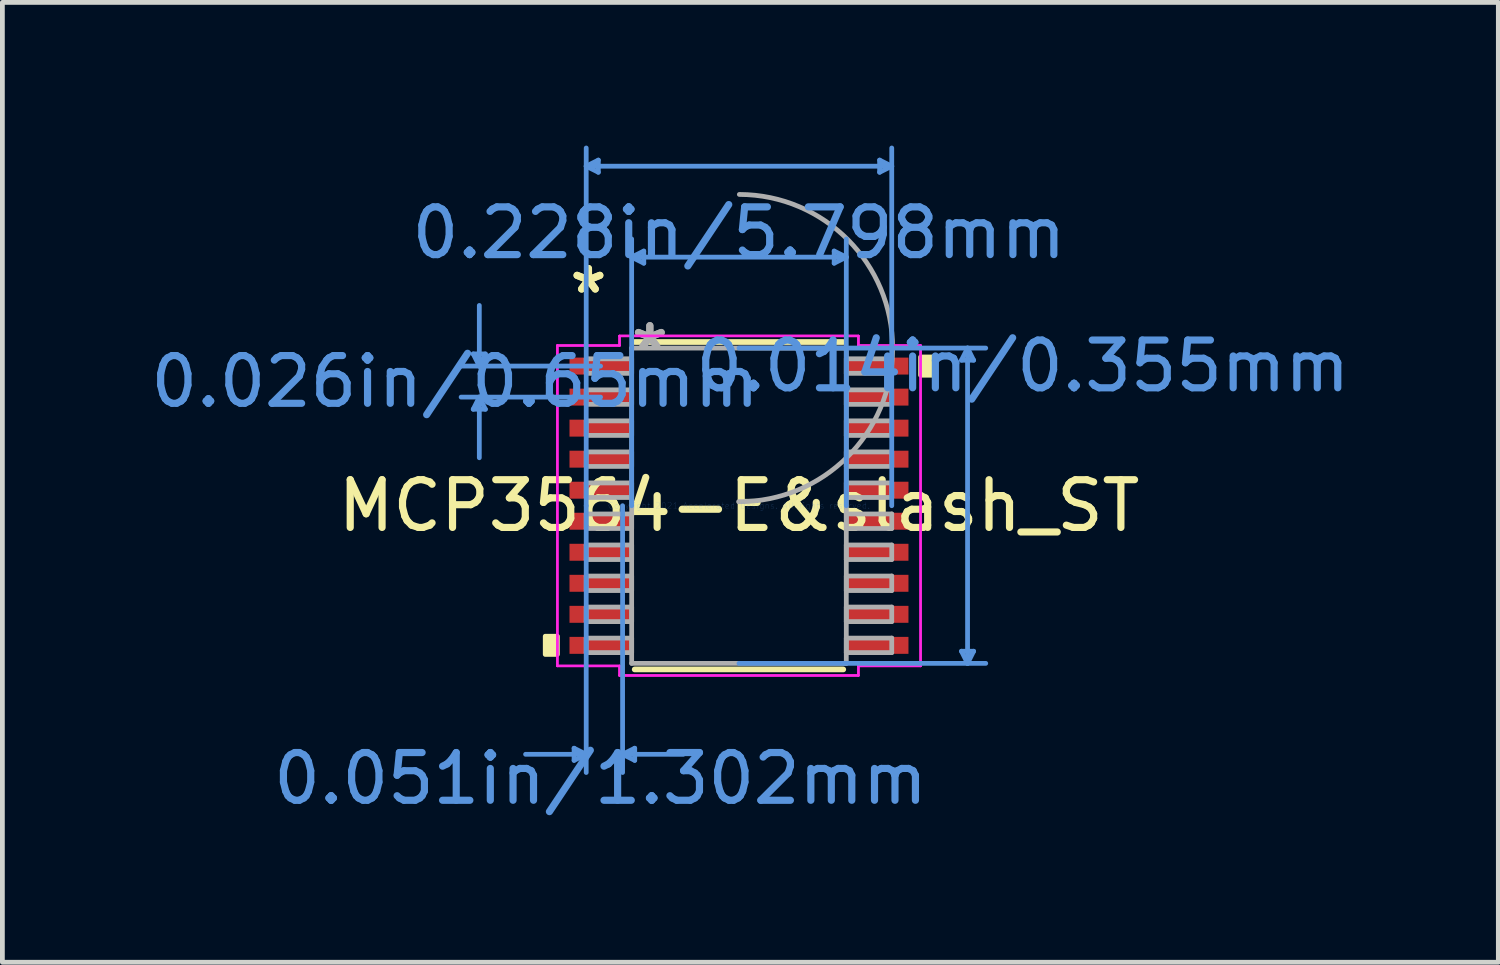
<source format=kicad_pcb>
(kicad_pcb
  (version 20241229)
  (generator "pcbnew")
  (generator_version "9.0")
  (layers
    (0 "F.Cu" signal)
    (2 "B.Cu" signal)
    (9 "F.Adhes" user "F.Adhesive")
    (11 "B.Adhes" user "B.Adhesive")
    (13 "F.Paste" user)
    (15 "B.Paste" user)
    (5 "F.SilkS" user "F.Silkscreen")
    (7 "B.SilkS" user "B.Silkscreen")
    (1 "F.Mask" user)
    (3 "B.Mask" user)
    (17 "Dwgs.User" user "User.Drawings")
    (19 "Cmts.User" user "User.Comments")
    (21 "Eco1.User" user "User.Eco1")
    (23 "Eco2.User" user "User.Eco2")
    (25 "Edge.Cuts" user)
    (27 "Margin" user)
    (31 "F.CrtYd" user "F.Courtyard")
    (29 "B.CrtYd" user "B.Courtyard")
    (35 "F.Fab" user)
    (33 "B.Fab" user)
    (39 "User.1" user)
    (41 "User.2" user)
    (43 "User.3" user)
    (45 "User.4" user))
  (footprint "MCP3564-E&slash_ST"
    (layer "F.Cu")
    (at 12.429 7.543)
    (property "Reference" "MCP3564-E&slash_ST" (at 0 0 0) (layer "F.SilkS") (effects (font (size 1 1) (thickness 0.15))))
    (attr through_hole)
    (fp_line (start -2.184 3.429) (end 2.184 3.429) (stroke (width 0.12) (type solid)) (layer "F.SilkS"))
    (fp_line (start 2.184 -3.429) (end -2.184 -3.429) (stroke (width 0.12) (type solid)) (layer "F.SilkS"))
    (fp_poly (pts (xy -4.058 2.734) (xy -4.058 3.115) (xy -3.804 3.115) (xy -3.804 2.734)) (stroke (width 0.1) (type solid)) (fill yes) (layer "F.SilkS"))
    (fp_poly (pts (xy 4.058 -3.115) (xy 4.058 -2.734) (xy 3.804 -2.734) (xy 3.804 -3.115)) (stroke (width 0.1) (type solid)) (fill yes) (layer "F.SilkS"))
    (fp_line (start -5.566 -3.179) (end -5.312 -3.179) (stroke (width 0.1) (type solid)) (layer "Cmts.User"))
    (fp_line (start -5.566 -2.021) (end -5.312 -2.021) (stroke (width 0.1) (type solid)) (layer "Cmts.User"))
    (fp_line (start -5.439 -2.925) (end -5.566 -3.179) (stroke (width 0.1) (type solid)) (layer "Cmts.User"))
    (fp_line (start -5.439 -2.925) (end -5.439 -4.195) (stroke (width 0.1) (type solid)) (layer "Cmts.User"))
    (fp_line (start -5.439 -2.925) (end -5.312 -3.179) (stroke (width 0.1) (type solid)) (layer "Cmts.User"))
    (fp_line (start -5.439 -2.275) (end -5.566 -2.021) (stroke (width 0.1) (type solid)) (layer "Cmts.User"))
    (fp_line (start -5.439 -2.275) (end -5.439 -1.005) (stroke (width 0.1) (type solid)) (layer "Cmts.User"))
    (fp_line (start -5.439 -2.275) (end -5.312 -2.021) (stroke (width 0.1) (type solid)) (layer "Cmts.User"))
    (fp_line (start -3.454 5.08) (end -3.454 5.334) (stroke (width 0.1) (type solid)) (layer "Cmts.User"))
    (fp_line (start -3.2 -7.112) (end -2.946 -7.239) (stroke (width 0.1) (type solid)) (layer "Cmts.User"))
    (fp_line (start -3.2 -7.112) (end -2.946 -6.985) (stroke (width 0.1) (type solid)) (layer "Cmts.User"))
    (fp_line (start -3.2 -7.112) (end 3.2 -7.112) (stroke (width 0.1) (type solid)) (layer "Cmts.User"))
    (fp_line (start -3.2 0) (end -3.2 -7.493) (stroke (width 0.1) (type solid)) (layer "Cmts.User"))
    (fp_line (start -3.2 0) (end -3.2 5.588) (stroke (width 0.1) (type solid)) (layer "Cmts.User"))
    (fp_line (start -3.2 5.207) (end -4.47 5.207) (stroke (width 0.1) (type solid)) (layer "Cmts.User"))
    (fp_line (start -3.2 5.207) (end -3.454 5.08) (stroke (width 0.1) (type solid)) (layer "Cmts.User"))
    (fp_line (start -3.2 5.207) (end -3.454 5.334) (stroke (width 0.1) (type solid)) (layer "Cmts.User"))
    (fp_line (start -2.946 -7.239) (end -2.946 -6.985) (stroke (width 0.1) (type solid)) (layer "Cmts.User"))
    (fp_line (start -2.899 -2.925) (end -5.82 -2.925) (stroke (width 0.1) (type solid)) (layer "Cmts.User"))
    (fp_line (start -2.899 -2.275) (end -5.82 -2.275) (stroke (width 0.1) (type solid)) (layer "Cmts.User"))
    (fp_line (start -2.438 0) (end -2.438 5.588) (stroke (width 0.1) (type solid)) (layer "Cmts.User"))
    (fp_line (start -2.438 5.207) (end -2.184 5.08) (stroke (width 0.1) (type solid)) (layer "Cmts.User"))
    (fp_line (start -2.438 5.207) (end -2.184 5.334) (stroke (width 0.1) (type solid)) (layer "Cmts.User"))
    (fp_line (start -2.438 5.207) (end -1.168 5.207) (stroke (width 0.1) (type solid)) (layer "Cmts.User"))
    (fp_line (start -2.248 -5.207) (end -1.994 -5.334) (stroke (width 0.1) (type solid)) (layer "Cmts.User"))
    (fp_line (start -2.248 -5.207) (end -1.994 -5.08) (stroke (width 0.1) (type solid)) (layer "Cmts.User"))
    (fp_line (start -2.248 -5.207) (end 2.248 -5.207) (stroke (width 0.1) (type solid)) (layer "Cmts.User"))
    (fp_line (start -2.248 0) (end -2.248 -5.588) (stroke (width 0.1) (type solid)) (layer "Cmts.User"))
    (fp_line (start -2.184 5.08) (end -2.184 5.334) (stroke (width 0.1) (type solid)) (layer "Cmts.User"))
    (fp_line (start -1.994 -5.334) (end -1.994 -5.08) (stroke (width 0.1) (type solid)) (layer "Cmts.User"))
    (fp_line (start 0 -3.302) (end 5.169 -3.302) (stroke (width 0.1) (type solid)) (layer "Cmts.User"))
    (fp_line (start 0 3.302) (end 5.169 3.302) (stroke (width 0.1) (type solid)) (layer "Cmts.User"))
    (fp_line (start 1.994 -5.334) (end 1.994 -5.08) (stroke (width 0.1) (type solid)) (layer "Cmts.User"))
    (fp_line (start 2.248 -5.207) (end 1.994 -5.334) (stroke (width 0.1) (type solid)) (layer "Cmts.User"))
    (fp_line (start 2.248 -5.207) (end 1.994 -5.08) (stroke (width 0.1) (type solid)) (layer "Cmts.User"))
    (fp_line (start 2.248 0) (end 2.248 -5.588) (stroke (width 0.1) (type solid)) (layer "Cmts.User"))
    (fp_line (start 2.946 -7.239) (end 2.946 -6.985) (stroke (width 0.1) (type solid)) (layer "Cmts.User"))
    (fp_line (start 3.2 -7.112) (end 2.946 -7.239) (stroke (width 0.1) (type solid)) (layer "Cmts.User"))
    (fp_line (start 3.2 -7.112) (end 2.946 -6.985) (stroke (width 0.1) (type solid)) (layer "Cmts.User"))
    (fp_line (start 3.2 0) (end 3.2 -7.493) (stroke (width 0.1) (type solid)) (layer "Cmts.User"))
    (fp_line (start 4.661 -3.048) (end 4.915 -3.048) (stroke (width 0.1) (type solid)) (layer "Cmts.User"))
    (fp_line (start 4.661 3.048) (end 4.915 3.048) (stroke (width 0.1) (type solid)) (layer "Cmts.User"))
    (fp_line (start 4.788 -3.302) (end 4.661 -3.048) (stroke (width 0.1) (type solid)) (layer "Cmts.User"))
    (fp_line (start 4.788 -3.302) (end 4.788 3.302) (stroke (width 0.1) (type solid)) (layer "Cmts.User"))
    (fp_line (start 4.788 -3.302) (end 4.915 -3.048) (stroke (width 0.1) (type solid)) (layer "Cmts.User"))
    (fp_line (start 4.788 3.302) (end 4.661 3.048) (stroke (width 0.1) (type solid)) (layer "Cmts.User"))
    (fp_line (start 4.788 3.302) (end 4.915 3.048) (stroke (width 0.1) (type solid)) (layer "Cmts.User"))
    (fp_line (start -3.804 -3.356) (end -2.502 -3.356) (stroke (width 0.05) (type solid)) (layer "F.CrtYd"))
    (fp_line (start -3.804 -3.356) (end -2.502 -3.356) (stroke (width 0.05) (type solid)) (layer "F.CrtYd"))
    (fp_line (start -3.804 3.356) (end -3.804 -3.356) (stroke (width 0.05) (type solid)) (layer "F.CrtYd"))
    (fp_line (start -3.804 3.356) (end -3.804 -3.356) (stroke (width 0.05) (type solid)) (layer "F.CrtYd"))
    (fp_line (start -3.804 3.356) (end -2.502 3.356) (stroke (width 0.05) (type solid)) (layer "F.CrtYd"))
    (fp_line (start -2.502 -3.556) (end 2.502 -3.556) (stroke (width 0.05) (type solid)) (layer "F.CrtYd"))
    (fp_line (start -2.502 -3.556) (end 2.502 -3.556) (stroke (width 0.05) (type solid)) (layer "F.CrtYd"))
    (fp_line (start -2.502 -3.356) (end -2.502 -3.556) (stroke (width 0.05) (type solid)) (layer "F.CrtYd"))
    (fp_line (start -2.502 -3.356) (end -2.502 -3.556) (stroke (width 0.05) (type solid)) (layer "F.CrtYd"))
    (fp_line (start -2.502 3.356) (end -3.804 3.356) (stroke (width 0.05) (type solid)) (layer "F.CrtYd"))
    (fp_line (start -2.502 3.556) (end -2.502 3.356) (stroke (width 0.05) (type solid)) (layer "F.CrtYd"))
    (fp_line (start -2.502 3.556) (end -2.502 3.356) (stroke (width 0.05) (type solid)) (layer "F.CrtYd"))
    (fp_line (start 2.502 -3.556) (end 2.502 -3.356) (stroke (width 0.05) (type solid)) (layer "F.CrtYd"))
    (fp_line (start 2.502 -3.556) (end 2.502 -3.356) (stroke (width 0.05) (type solid)) (layer "F.CrtYd"))
    (fp_line (start 2.502 -3.356) (end 3.804 -3.356) (stroke (width 0.05) (type solid)) (layer "F.CrtYd"))
    (fp_line (start 2.502 3.356) (end 2.502 3.556) (stroke (width 0.05) (type solid)) (layer "F.CrtYd"))
    (fp_line (start 2.502 3.356) (end 2.502 3.556) (stroke (width 0.05) (type solid)) (layer "F.CrtYd"))
    (fp_line (start 2.502 3.556) (end -2.502 3.556) (stroke (width 0.05) (type solid)) (layer "F.CrtYd"))
    (fp_line (start 2.502 3.556) (end -2.502 3.556) (stroke (width 0.05) (type solid)) (layer "F.CrtYd"))
    (fp_line (start 3.804 -3.356) (end 2.502 -3.356) (stroke (width 0.05) (type solid)) (layer "F.CrtYd"))
    (fp_line (start 3.804 -3.356) (end 3.804 3.356) (stroke (width 0.05) (type solid)) (layer "F.CrtYd"))
    (fp_line (start 3.804 -3.356) (end 3.804 3.356) (stroke (width 0.05) (type solid)) (layer "F.CrtYd"))
    (fp_line (start 3.804 3.356) (end 2.502 3.356) (stroke (width 0.05) (type solid)) (layer "F.CrtYd"))
    (fp_line (start 3.804 3.356) (end 2.502 3.356) (stroke (width 0.05) (type solid)) (layer "F.CrtYd"))
    (fp_line (start -3.2 -3.077) (end -3.2 -2.773) (stroke (width 0.1) (type solid)) (layer "F.Fab"))
    (fp_line (start -3.2 -2.773) (end -2.248 -2.773) (stroke (width 0.1) (type solid)) (layer "F.Fab"))
    (fp_line (start -3.2 -2.427) (end -3.2 -2.123) (stroke (width 0.1) (type solid)) (layer "F.Fab"))
    (fp_line (start -3.2 -2.123) (end -2.248 -2.123) (stroke (width 0.1) (type solid)) (layer "F.Fab"))
    (fp_line (start -3.2 -1.777) (end -3.2 -1.473) (stroke (width 0.1) (type solid)) (layer "F.Fab"))
    (fp_line (start -3.2 -1.473) (end -2.248 -1.473) (stroke (width 0.1) (type solid)) (layer "F.Fab"))
    (fp_line (start -3.2 -1.127) (end -3.2 -0.823) (stroke (width 0.1) (type solid)) (layer "F.Fab"))
    (fp_line (start -3.2 -0.823) (end -2.248 -0.823) (stroke (width 0.1) (type solid)) (layer "F.Fab"))
    (fp_line (start -3.2 -0.477) (end -3.2 -0.173) (stroke (width 0.1) (type solid)) (layer "F.Fab"))
    (fp_line (start -3.2 -0.173) (end -2.248 -0.173) (stroke (width 0.1) (type solid)) (layer "F.Fab"))
    (fp_line (start -3.2 0.173) (end -3.2 0.477) (stroke (width 0.1) (type solid)) (layer "F.Fab"))
    (fp_line (start -3.2 0.477) (end -2.248 0.477) (stroke (width 0.1) (type solid)) (layer "F.Fab"))
    (fp_line (start -3.2 0.823) (end -3.2 1.127) (stroke (width 0.1) (type solid)) (layer "F.Fab"))
    (fp_line (start -3.2 1.127) (end -2.248 1.127) (stroke (width 0.1) (type solid)) (layer "F.Fab"))
    (fp_line (start -3.2 1.473) (end -3.2 1.777) (stroke (width 0.1) (type solid)) (layer "F.Fab"))
    (fp_line (start -3.2 1.777) (end -2.248 1.777) (stroke (width 0.1) (type solid)) (layer "F.Fab"))
    (fp_line (start -3.2 2.123) (end -3.2 2.427) (stroke (width 0.1) (type solid)) (layer "F.Fab"))
    (fp_line (start -3.2 2.427) (end -2.248 2.427) (stroke (width 0.1) (type solid)) (layer "F.Fab"))
    (fp_line (start -3.2 2.773) (end -3.2 3.077) (stroke (width 0.1) (type solid)) (layer "F.Fab"))
    (fp_line (start -3.2 3.077) (end -2.248 3.077) (stroke (width 0.1) (type solid)) (layer "F.Fab"))
    (fp_line (start -2.248 -3.302) (end -2.248 3.302) (stroke (width 0.1) (type solid)) (layer "F.Fab"))
    (fp_line (start -2.248 -3.077) (end -3.2 -3.077) (stroke (width 0.1) (type solid)) (layer "F.Fab"))
    (fp_line (start -2.248 -2.773) (end -2.248 -3.077) (stroke (width 0.1) (type solid)) (layer "F.Fab"))
    (fp_line (start -2.248 -2.427) (end -3.2 -2.427) (stroke (width 0.1) (type solid)) (layer "F.Fab"))
    (fp_line (start -2.248 -2.123) (end -2.248 -2.427) (stroke (width 0.1) (type solid)) (layer "F.Fab"))
    (fp_line (start -2.248 -1.777) (end -3.2 -1.777) (stroke (width 0.1) (type solid)) (layer "F.Fab"))
    (fp_line (start -2.248 -1.473) (end -2.248 -1.777) (stroke (width 0.1) (type solid)) (layer "F.Fab"))
    (fp_line (start -2.248 -1.127) (end -3.2 -1.127) (stroke (width 0.1) (type solid)) (layer "F.Fab"))
    (fp_line (start -2.248 -0.823) (end -2.248 -1.127) (stroke (width 0.1) (type solid)) (layer "F.Fab"))
    (fp_line (start -2.248 -0.477) (end -3.2 -0.477) (stroke (width 0.1) (type solid)) (layer "F.Fab"))
    (fp_line (start -2.248 -0.173) (end -2.248 -0.477) (stroke (width 0.1) (type solid)) (layer "F.Fab"))
    (fp_line (start -2.248 0.173) (end -3.2 0.173) (stroke (width 0.1) (type solid)) (layer "F.Fab"))
    (fp_line (start -2.248 0.477) (end -2.248 0.173) (stroke (width 0.1) (type solid)) (layer "F.Fab"))
    (fp_line (start -2.248 0.823) (end -3.2 0.823) (stroke (width 0.1) (type solid)) (layer "F.Fab"))
    (fp_line (start -2.248 1.127) (end -2.248 0.823) (stroke (width 0.1) (type solid)) (layer "F.Fab"))
    (fp_line (start -2.248 1.473) (end -3.2 1.473) (stroke (width 0.1) (type solid)) (layer "F.Fab"))
    (fp_line (start -2.248 1.777) (end -2.248 1.473) (stroke (width 0.1) (type solid)) (layer "F.Fab"))
    (fp_line (start -2.248 2.123) (end -3.2 2.123) (stroke (width 0.1) (type solid)) (layer "F.Fab"))
    (fp_line (start -2.248 2.427) (end -2.248 2.123) (stroke (width 0.1) (type solid)) (layer "F.Fab"))
    (fp_line (start -2.248 2.773) (end -3.2 2.773) (stroke (width 0.1) (type solid)) (layer "F.Fab"))
    (fp_line (start -2.248 3.077) (end -2.248 2.773) (stroke (width 0.1) (type solid)) (layer "F.Fab"))
    (fp_line (start -2.248 3.302) (end 2.248 3.302) (stroke (width 0.1) (type solid)) (layer "F.Fab"))
    (fp_line (start 2.248 -3.302) (end -2.248 -3.302) (stroke (width 0.1) (type solid)) (layer "F.Fab"))
    (fp_line (start 2.248 -3.077) (end 2.248 -2.773) (stroke (width 0.1) (type solid)) (layer "F.Fab"))
    (fp_line (start 2.248 -2.773) (end 3.2 -2.773) (stroke (width 0.1) (type solid)) (layer "F.Fab"))
    (fp_line (start 2.248 -2.427) (end 2.248 -2.123) (stroke (width 0.1) (type solid)) (layer "F.Fab"))
    (fp_line (start 2.248 -2.123) (end 3.2 -2.123) (stroke (width 0.1) (type solid)) (layer "F.Fab"))
    (fp_line (start 2.248 -1.777) (end 2.248 -1.473) (stroke (width 0.1) (type solid)) (layer "F.Fab"))
    (fp_line (start 2.248 -1.473) (end 3.2 -1.473) (stroke (width 0.1) (type solid)) (layer "F.Fab"))
    (fp_line (start 2.248 -1.127) (end 2.248 -0.823) (stroke (width 0.1) (type solid)) (layer "F.Fab"))
    (fp_line (start 2.248 -0.823) (end 3.2 -0.823) (stroke (width 0.1) (type solid)) (layer "F.Fab"))
    (fp_line (start 2.248 -0.477) (end 2.248 -0.173) (stroke (width 0.1) (type solid)) (layer "F.Fab"))
    (fp_line (start 2.248 -0.173) (end 3.2 -0.173) (stroke (width 0.1) (type solid)) (layer "F.Fab"))
    (fp_line (start 2.248 0.173) (end 2.248 0.477) (stroke (width 0.1) (type solid)) (layer "F.Fab"))
    (fp_line (start 2.248 0.477) (end 3.2 0.477) (stroke (width 0.1) (type solid)) (layer "F.Fab"))
    (fp_line (start 2.248 0.823) (end 2.248 1.127) (stroke (width 0.1) (type solid)) (layer "F.Fab"))
    (fp_line (start 2.248 1.127) (end 3.2 1.127) (stroke (width 0.1) (type solid)) (layer "F.Fab"))
    (fp_line (start 2.248 1.473) (end 2.248 1.777) (stroke (width 0.1) (type solid)) (layer "F.Fab"))
    (fp_line (start 2.248 1.777) (end 3.2 1.777) (stroke (width 0.1) (type solid)) (layer "F.Fab"))
    (fp_line (start 2.248 2.123) (end 2.248 2.427) (stroke (width 0.1) (type solid)) (layer "F.Fab"))
    (fp_line (start 2.248 2.427) (end 3.2 2.427) (stroke (width 0.1) (type solid)) (layer "F.Fab"))
    (fp_line (start 2.248 2.773) (end 2.248 3.077) (stroke (width 0.1) (type solid)) (layer "F.Fab"))
    (fp_line (start 2.248 3.077) (end 3.2 3.077) (stroke (width 0.1) (type solid)) (layer "F.Fab"))
    (fp_line (start 2.248 3.302) (end 2.248 -3.302) (stroke (width 0.1) (type solid)) (layer "F.Fab"))
    (fp_line (start 3.2 -3.077) (end 2.248 -3.077) (stroke (width 0.1) (type solid)) (layer "F.Fab"))
    (fp_line (start 3.2 -2.773) (end 3.2 -3.077) (stroke (width 0.1) (type solid)) (layer "F.Fab"))
    (fp_line (start 3.2 -2.427) (end 2.248 -2.427) (stroke (width 0.1) (type solid)) (layer "F.Fab"))
    (fp_line (start 3.2 -2.123) (end 3.2 -2.427) (stroke (width 0.1) (type solid)) (layer "F.Fab"))
    (fp_line (start 3.2 -1.777) (end 2.248 -1.777) (stroke (width 0.1) (type solid)) (layer "F.Fab"))
    (fp_line (start 3.2 -1.473) (end 3.2 -1.777) (stroke (width 0.1) (type solid)) (layer "F.Fab"))
    (fp_line (start 3.2 -1.127) (end 2.248 -1.127) (stroke (width 0.1) (type solid)) (layer "F.Fab"))
    (fp_line (start 3.2 -0.823) (end 3.2 -1.127) (stroke (width 0.1) (type solid)) (layer "F.Fab"))
    (fp_line (start 3.2 -0.477) (end 2.248 -0.477) (stroke (width 0.1) (type solid)) (layer "F.Fab"))
    (fp_line (start 3.2 -0.173) (end 3.2 -0.477) (stroke (width 0.1) (type solid)) (layer "F.Fab"))
    (fp_line (start 3.2 0.173) (end 2.248 0.173) (stroke (width 0.1) (type solid)) (layer "F.Fab"))
    (fp_line (start 3.2 0.477) (end 3.2 0.173) (stroke (width 0.1) (type solid)) (layer "F.Fab"))
    (fp_line (start 3.2 0.823) (end 2.248 0.823) (stroke (width 0.1) (type solid)) (layer "F.Fab"))
    (fp_line (start 3.2 1.127) (end 3.2 0.823) (stroke (width 0.1) (type solid)) (layer "F.Fab"))
    (fp_line (start 3.2 1.473) (end 2.248 1.473) (stroke (width 0.1) (type solid)) (layer "F.Fab"))
    (fp_line (start 3.2 1.777) (end 3.2 1.473) (stroke (width 0.1) (type solid)) (layer "F.Fab"))
    (fp_line (start 3.2 2.123) (end 2.248 2.123) (stroke (width 0.1) (type solid)) (layer "F.Fab"))
    (fp_line (start 3.2 2.427) (end 3.2 2.123) (stroke (width 0.1) (type solid)) (layer "F.Fab"))
    (fp_line (start 3.2 2.773) (end 2.248 2.773) (stroke (width 0.1) (type solid)) (layer "F.Fab"))
    (fp_line (start 3.2 3.077) (end 3.2 2.773) (stroke (width 0.1) (type solid)) (layer "F.Fab"))
    (fp_arc (start 0.007742 -6.520129) (mid 3.218129 -3.294258) (end -0.007742 -0.083871) (stroke (width 0.1) (type solid)) (layer "F.Fab"))
    (fp_text user "*" (at -3.153 -4.423 0) (layer "F.SilkS") (effects (font (size 1 1) (thickness 0.15))))
    (fp_text user "*" (at -3.153 -4.423 0) (layer "F.SilkS") (effects (font (size 1 1) (thickness 0.15))))
    (fp_text user "0.026in/0.65mm" (at -5.947 -2.6 0) (layer "Cmts.User") (effects (font (size 1 1) (thickness 0.15))))
    (fp_text user "0.228in/5.798mm" (at 0 -5.715 0) (layer "Cmts.User") (effects (font (size 1 1) (thickness 0.15))))
    (fp_text user "0.014in/0.355mm" (at 5.947 -2.925 0) (layer "Cmts.User") (effects (font (size 1 1) (thickness 0.15))))
    (fp_text user "0.051in/1.302mm" (at -2.899 5.715 0) (layer "Cmts.User") (effects (font (size 1 1) (thickness 0.15))))
    (fp_text user "Copyright 2021 Accelerated Designs. All rights reserved." (at 0 0 0) (layer "Cmts.User") (effects (font (size 0.127 0.127) (thickness 0.002))))
    (fp_text user "*" (at -1.867 -3.226 0) (layer "F.Fab") (effects (font (size 1 1) (thickness 0.15))))
    (fp_text user "*" (at -1.867 -3.226 0) (layer "F.Fab") (effects (font (size 1 1) (thickness 0.15))))
    (pad "1" smd rect (at -2.899 -2.925) (size 1.302 0.355) (layers "F.Cu" "F.Mask" "F.Paste"))
    (pad "2" smd rect (at -2.899 -2.275) (size 1.302 0.355) (layers "F.Cu" "F.Mask" "F.Paste"))
    (pad "3" smd rect (at -2.899 -1.625) (size 1.302 0.355) (layers "F.Cu" "F.Mask" "F.Paste"))
    (pad "4" smd rect (at -2.899 -0.975) (size 1.302 0.355) (layers "F.Cu" "F.Mask" "F.Paste"))
    (pad "5" smd rect (at -2.899 -0.325) (size 1.302 0.355) (layers "F.Cu" "F.Mask" "F.Paste"))
    (pad "6" smd rect (at -2.899 0.325) (size 1.302 0.355) (layers "F.Cu" "F.Mask" "F.Paste"))
    (pad "7" smd rect (at -2.899 0.975) (size 1.302 0.355) (layers "F.Cu" "F.Mask" "F.Paste"))
    (pad "8" smd rect (at -2.899 1.625) (size 1.302 0.355) (layers "F.Cu" "F.Mask" "F.Paste"))
    (pad "9" smd rect (at -2.899 2.275) (size 1.302 0.355) (layers "F.Cu" "F.Mask" "F.Paste"))
    (pad "10" smd rect (at -2.899 2.925) (size 1.302 0.355) (layers "F.Cu" "F.Mask" "F.Paste"))
    (pad "11" smd rect (at 2.899 2.925) (size 1.302 0.355) (layers "F.Cu" "F.Mask" "F.Paste"))
    (pad "12" smd rect (at 2.899 2.275) (size 1.302 0.355) (layers "F.Cu" "F.Mask" "F.Paste"))
    (pad "13" smd rect (at 2.899 1.625) (size 1.302 0.355) (layers "F.Cu" "F.Mask" "F.Paste"))
    (pad "14" smd rect (at 2.899 0.975) (size 1.302 0.355) (layers "F.Cu" "F.Mask" "F.Paste"))
    (pad "15" smd rect (at 2.899 0.325) (size 1.302 0.355) (layers "F.Cu" "F.Mask" "F.Paste"))
    (pad "16" smd rect (at 2.899 -0.325) (size 1.302 0.355) (layers "F.Cu" "F.Mask" "F.Paste"))
    (pad "17" smd rect (at 2.899 -0.975) (size 1.302 0.355) (layers "F.Cu" "F.Mask" "F.Paste"))
    (pad "18" smd rect (at 2.899 -1.625) (size 1.302 0.355) (layers "F.Cu" "F.Mask" "F.Paste"))
    (pad "19" smd rect (at 2.899 -2.275) (size 1.302 0.355) (layers "F.Cu" "F.Mask" "F.Paste"))
    (pad "20" smd rect (at 2.899 -2.925) (size 1.302 0.355) (layers "F.Cu" "F.Mask" "F.Paste")))
  (gr_rect
    (start -3 -3)
    (end 28.335 17.106)
    (stroke (width 0.1) (type default))
    (fill no)
    (layer "Edge.Cuts")))
</source>
